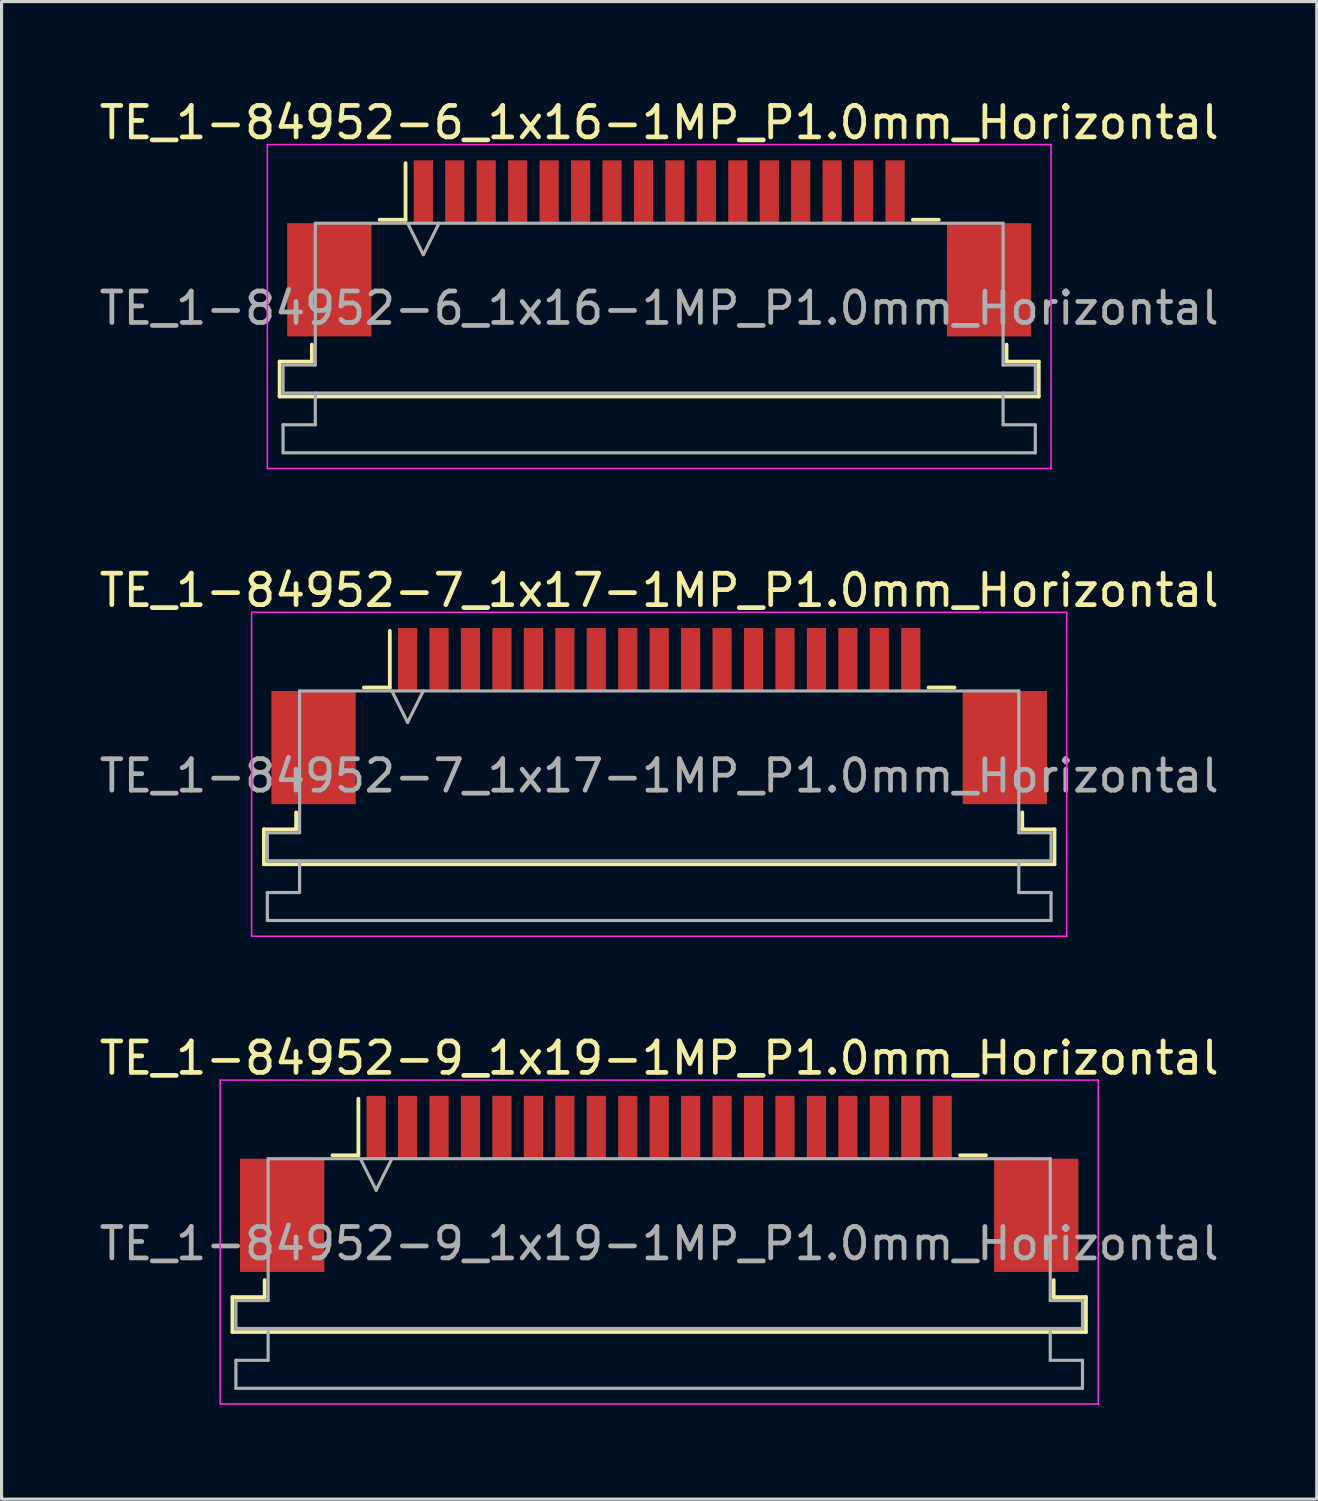
<source format=kicad_pcb>
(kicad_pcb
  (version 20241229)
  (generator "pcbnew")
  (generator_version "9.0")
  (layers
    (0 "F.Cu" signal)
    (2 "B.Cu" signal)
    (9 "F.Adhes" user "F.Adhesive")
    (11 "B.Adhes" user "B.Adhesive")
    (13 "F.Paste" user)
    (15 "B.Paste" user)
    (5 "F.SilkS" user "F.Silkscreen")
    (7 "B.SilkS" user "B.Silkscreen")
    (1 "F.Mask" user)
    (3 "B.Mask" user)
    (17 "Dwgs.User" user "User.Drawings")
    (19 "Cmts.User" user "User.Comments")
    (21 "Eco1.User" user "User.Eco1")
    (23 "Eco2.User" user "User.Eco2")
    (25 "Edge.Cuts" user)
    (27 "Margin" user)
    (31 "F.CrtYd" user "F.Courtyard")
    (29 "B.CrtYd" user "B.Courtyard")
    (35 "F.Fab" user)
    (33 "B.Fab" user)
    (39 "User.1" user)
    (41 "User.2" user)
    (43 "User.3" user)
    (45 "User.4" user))
  (footprint "TE_1-84952-9_1x19-1MP_P1.0mm_Horizontal"
    (layer "F.Cu")
    (at 17.911 34.595)
    (property "Reference" "TE_1-84952-9_1x19-1MP_P1.0mm_Horizontal" (at 0 -4 0) (layer "F.SilkS") (effects (font (size 1 1) (thickness 0.15))))
    (attr smd)
    (fp_line (start -13.57 3.6) (end -12.545 3.6) (stroke (width 0.12) (type solid)) (layer "F.SilkS"))
    (fp_line (start -13.57 4.71) (end -13.57 3.6) (stroke (width 0.12) (type solid)) (layer "F.SilkS"))
    (fp_line (start -12.545 3.6) (end -12.545 3.06) (stroke (width 0.12) (type solid)) (layer "F.SilkS"))
    (fp_line (start -10.39 -0.91) (end -9.565 -0.91) (stroke (width 0.12) (type solid)) (layer "F.SilkS"))
    (fp_line (start -9.565 -0.91) (end -9.565 -2.71) (stroke (width 0.12) (type solid)) (layer "F.SilkS"))
    (fp_line (start 9.565 -0.91) (end 10.39 -0.91) (stroke (width 0.12) (type solid)) (layer "F.SilkS"))
    (fp_line (start 12.545 3.06) (end 12.545 3.6) (stroke (width 0.12) (type solid)) (layer "F.SilkS"))
    (fp_line (start 12.545 3.6) (end 13.57 3.6) (stroke (width 0.12) (type solid)) (layer "F.SilkS"))
    (fp_line (start 13.57 3.6) (end 13.57 4.71) (stroke (width 0.12) (type solid)) (layer "F.SilkS"))
    (fp_line (start 13.57 4.71) (end -13.57 4.71) (stroke (width 0.12) (type solid)) (layer "F.SilkS"))
    (fp_line (start -13.96 -3.3) (end -13.96 7) (stroke (width 0.05) (type solid)) (layer "F.CrtYd"))
    (fp_line (start -13.96 7) (end 13.96 7) (stroke (width 0.05) (type solid)) (layer "F.CrtYd"))
    (fp_line (start 13.96 -3.3) (end -13.96 -3.3) (stroke (width 0.05) (type solid)) (layer "F.CrtYd"))
    (fp_line (start 13.96 7) (end 13.96 -3.3) (stroke (width 0.05) (type solid)) (layer "F.CrtYd"))
    (fp_line (start -13.46 3.71) (end -12.435 3.71) (stroke (width 0.1) (type solid)) (layer "F.Fab"))
    (fp_line (start -13.46 4.6) (end -13.46 3.71) (stroke (width 0.1) (type solid)) (layer "F.Fab"))
    (fp_line (start -13.46 5.61) (end -12.435 5.61) (stroke (width 0.1) (type solid)) (layer "F.Fab"))
    (fp_line (start -13.46 6.5) (end -13.46 5.61) (stroke (width 0.1) (type solid)) (layer "F.Fab"))
    (fp_line (start -12.435 -0.8) (end 12.435 -0.8) (stroke (width 0.1) (type solid)) (layer "F.Fab"))
    (fp_line (start -12.435 3.71) (end -12.435 -0.8) (stroke (width 0.1) (type solid)) (layer "F.Fab"))
    (fp_line (start -12.435 5.61) (end -12.435 4.6) (stroke (width 0.1) (type solid)) (layer "F.Fab"))
    (fp_line (start -9.5 -0.8) (end -9 0.2) (stroke (width 0.1) (type solid)) (layer "F.Fab"))
    (fp_line (start -9 0.2) (end -8.5 -0.8) (stroke (width 0.1) (type solid)) (layer "F.Fab"))
    (fp_line (start 12.435 -0.8) (end 12.435 3.71) (stroke (width 0.1) (type solid)) (layer "F.Fab"))
    (fp_line (start 12.435 3.71) (end 13.46 3.71) (stroke (width 0.1) (type solid)) (layer "F.Fab"))
    (fp_line (start 12.435 4.6) (end 12.435 5.61) (stroke (width 0.1) (type solid)) (layer "F.Fab"))
    (fp_line (start 12.435 5.61) (end 13.46 5.61) (stroke (width 0.1) (type solid)) (layer "F.Fab"))
    (fp_line (start 13.46 3.71) (end 13.46 4.6) (stroke (width 0.1) (type solid)) (layer "F.Fab"))
    (fp_line (start 13.46 4.6) (end -13.46 4.6) (stroke (width 0.1) (type solid)) (layer "F.Fab"))
    (fp_line (start 13.46 5.61) (end 13.46 6.5) (stroke (width 0.1) (type solid)) (layer "F.Fab"))
    (fp_line (start 13.46 6.5) (end -13.46 6.5) (stroke (width 0.1) (type solid)) (layer "F.Fab"))
    (fp_text user "${REFERENCE}" (at 0 1.9 0) (layer "F.Fab") (effects (font (size 1 1) (thickness 0.15))))
    (pad "1" smd rect (at -9 -1.8) (size 0.61 2) (layers "F.Cu" "F.Mask" "F.Paste"))
    (pad "2" smd rect (at -8 -1.8) (size 0.61 2) (layers "F.Cu" "F.Mask" "F.Paste"))
    (pad "3" smd rect (at -7 -1.8) (size 0.61 2) (layers "F.Cu" "F.Mask" "F.Paste"))
    (pad "4" smd rect (at -6 -1.8) (size 0.61 2) (layers "F.Cu" "F.Mask" "F.Paste"))
    (pad "5" smd rect (at -5 -1.8) (size 0.61 2) (layers "F.Cu" "F.Mask" "F.Paste"))
    (pad "6" smd rect (at -4 -1.8) (size 0.61 2) (layers "F.Cu" "F.Mask" "F.Paste"))
    (pad "7" smd rect (at -3 -1.8) (size 0.61 2) (layers "F.Cu" "F.Mask" "F.Paste"))
    (pad "8" smd rect (at -2 -1.8) (size 0.61 2) (layers "F.Cu" "F.Mask" "F.Paste"))
    (pad "9" smd rect (at -1 -1.8) (size 0.61 2) (layers "F.Cu" "F.Mask" "F.Paste"))
    (pad "10" smd rect (at 0 -1.8) (size 0.61 2) (layers "F.Cu" "F.Mask" "F.Paste"))
    (pad "11" smd rect (at 1 -1.8) (size 0.61 2) (layers "F.Cu" "F.Mask" "F.Paste"))
    (pad "12" smd rect (at 2 -1.8) (size 0.61 2) (layers "F.Cu" "F.Mask" "F.Paste"))
    (pad "13" smd rect (at 3 -1.8) (size 0.61 2) (layers "F.Cu" "F.Mask" "F.Paste"))
    (pad "14" smd rect (at 4 -1.8) (size 0.61 2) (layers "F.Cu" "F.Mask" "F.Paste"))
    (pad "15" smd rect (at 5 -1.8) (size 0.61 2) (layers "F.Cu" "F.Mask" "F.Paste"))
    (pad "16" smd rect (at 6 -1.8) (size 0.61 2) (layers "F.Cu" "F.Mask" "F.Paste"))
    (pad "17" smd rect (at 7 -1.8) (size 0.61 2) (layers "F.Cu" "F.Mask" "F.Paste"))
    (pad "18" smd rect (at 8 -1.8) (size 0.61 2) (layers "F.Cu" "F.Mask" "F.Paste"))
    (pad "19" smd rect (at 9 -1.8) (size 0.61 2) (layers "F.Cu" "F.Mask" "F.Paste"))
    (pad "MP" smd rect (at -11.99 1) (size 2.68 3.6) (layers "F.Cu" "F.Mask" "F.Paste"))
    (pad "MP" smd rect (at 11.99 1) (size 2.68 3.6) (layers "F.Cu" "F.Mask" "F.Paste")))
  (footprint "TE_1-84952-7_1x17-1MP_P1.0mm_Horizontal"
    (layer "F.Cu")
    (at 17.911 19.721)
    (property "Reference" "TE_1-84952-7_1x17-1MP_P1.0mm_Horizontal" (at 0 -4 0) (layer "F.SilkS") (effects (font (size 1 1) (thickness 0.15))))
    (attr smd)
    (fp_line (start -12.57 3.6) (end -11.545 3.6) (stroke (width 0.12) (type solid)) (layer "F.SilkS"))
    (fp_line (start -12.57 4.71) (end -12.57 3.6) (stroke (width 0.12) (type solid)) (layer "F.SilkS"))
    (fp_line (start -11.545 3.6) (end -11.545 3.06) (stroke (width 0.12) (type solid)) (layer "F.SilkS"))
    (fp_line (start -9.39 -0.91) (end -8.565 -0.91) (stroke (width 0.12) (type solid)) (layer "F.SilkS"))
    (fp_line (start -8.565 -0.91) (end -8.565 -2.71) (stroke (width 0.12) (type solid)) (layer "F.SilkS"))
    (fp_line (start 8.565 -0.91) (end 9.39 -0.91) (stroke (width 0.12) (type solid)) (layer "F.SilkS"))
    (fp_line (start 11.545 3.06) (end 11.545 3.6) (stroke (width 0.12) (type solid)) (layer "F.SilkS"))
    (fp_line (start 11.545 3.6) (end 12.57 3.6) (stroke (width 0.12) (type solid)) (layer "F.SilkS"))
    (fp_line (start 12.57 3.6) (end 12.57 4.71) (stroke (width 0.12) (type solid)) (layer "F.SilkS"))
    (fp_line (start 12.57 4.71) (end -12.57 4.71) (stroke (width 0.12) (type solid)) (layer "F.SilkS"))
    (fp_line (start -12.96 -3.3) (end -12.96 7) (stroke (width 0.05) (type solid)) (layer "F.CrtYd"))
    (fp_line (start -12.96 7) (end 12.96 7) (stroke (width 0.05) (type solid)) (layer "F.CrtYd"))
    (fp_line (start 12.96 -3.3) (end -12.96 -3.3) (stroke (width 0.05) (type solid)) (layer "F.CrtYd"))
    (fp_line (start 12.96 7) (end 12.96 -3.3) (stroke (width 0.05) (type solid)) (layer "F.CrtYd"))
    (fp_line (start -12.46 3.71) (end -11.435 3.71) (stroke (width 0.1) (type solid)) (layer "F.Fab"))
    (fp_line (start -12.46 4.6) (end -12.46 3.71) (stroke (width 0.1) (type solid)) (layer "F.Fab"))
    (fp_line (start -12.46 5.61) (end -11.435 5.61) (stroke (width 0.1) (type solid)) (layer "F.Fab"))
    (fp_line (start -12.46 6.5) (end -12.46 5.61) (stroke (width 0.1) (type solid)) (layer "F.Fab"))
    (fp_line (start -11.435 -0.8) (end 11.435 -0.8) (stroke (width 0.1) (type solid)) (layer "F.Fab"))
    (fp_line (start -11.435 3.71) (end -11.435 -0.8) (stroke (width 0.1) (type solid)) (layer "F.Fab"))
    (fp_line (start -11.435 5.61) (end -11.435 4.6) (stroke (width 0.1) (type solid)) (layer "F.Fab"))
    (fp_line (start -8.5 -0.8) (end -8 0.2) (stroke (width 0.1) (type solid)) (layer "F.Fab"))
    (fp_line (start -8 0.2) (end -7.5 -0.8) (stroke (width 0.1) (type solid)) (layer "F.Fab"))
    (fp_line (start 11.435 -0.8) (end 11.435 3.71) (stroke (width 0.1) (type solid)) (layer "F.Fab"))
    (fp_line (start 11.435 3.71) (end 12.46 3.71) (stroke (width 0.1) (type solid)) (layer "F.Fab"))
    (fp_line (start 11.435 4.6) (end 11.435 5.61) (stroke (width 0.1) (type solid)) (layer "F.Fab"))
    (fp_line (start 11.435 5.61) (end 12.46 5.61) (stroke (width 0.1) (type solid)) (layer "F.Fab"))
    (fp_line (start 12.46 3.71) (end 12.46 4.6) (stroke (width 0.1) (type solid)) (layer "F.Fab"))
    (fp_line (start 12.46 4.6) (end -12.46 4.6) (stroke (width 0.1) (type solid)) (layer "F.Fab"))
    (fp_line (start 12.46 5.61) (end 12.46 6.5) (stroke (width 0.1) (type solid)) (layer "F.Fab"))
    (fp_line (start 12.46 6.5) (end -12.46 6.5) (stroke (width 0.1) (type solid)) (layer "F.Fab"))
    (fp_text user "${REFERENCE}" (at 0 1.9 0) (layer "F.Fab") (effects (font (size 1 1) (thickness 0.15))))
    (pad "1" smd rect (at -8 -1.8) (size 0.61 2) (layers "F.Cu" "F.Mask" "F.Paste"))
    (pad "2" smd rect (at -7 -1.8) (size 0.61 2) (layers "F.Cu" "F.Mask" "F.Paste"))
    (pad "3" smd rect (at -6 -1.8) (size 0.61 2) (layers "F.Cu" "F.Mask" "F.Paste"))
    (pad "4" smd rect (at -5 -1.8) (size 0.61 2) (layers "F.Cu" "F.Mask" "F.Paste"))
    (pad "5" smd rect (at -4 -1.8) (size 0.61 2) (layers "F.Cu" "F.Mask" "F.Paste"))
    (pad "6" smd rect (at -3 -1.8) (size 0.61 2) (layers "F.Cu" "F.Mask" "F.Paste"))
    (pad "7" smd rect (at -2 -1.8) (size 0.61 2) (layers "F.Cu" "F.Mask" "F.Paste"))
    (pad "8" smd rect (at -1 -1.8) (size 0.61 2) (layers "F.Cu" "F.Mask" "F.Paste"))
    (pad "9" smd rect (at 0 -1.8) (size 0.61 2) (layers "F.Cu" "F.Mask" "F.Paste"))
    (pad "10" smd rect (at 1 -1.8) (size 0.61 2) (layers "F.Cu" "F.Mask" "F.Paste"))
    (pad "11" smd rect (at 2 -1.8) (size 0.61 2) (layers "F.Cu" "F.Mask" "F.Paste"))
    (pad "12" smd rect (at 3 -1.8) (size 0.61 2) (layers "F.Cu" "F.Mask" "F.Paste"))
    (pad "13" smd rect (at 4 -1.8) (size 0.61 2) (layers "F.Cu" "F.Mask" "F.Paste"))
    (pad "14" smd rect (at 5 -1.8) (size 0.61 2) (layers "F.Cu" "F.Mask" "F.Paste"))
    (pad "15" smd rect (at 6 -1.8) (size 0.61 2) (layers "F.Cu" "F.Mask" "F.Paste"))
    (pad "16" smd rect (at 7 -1.8) (size 0.61 2) (layers "F.Cu" "F.Mask" "F.Paste"))
    (pad "17" smd rect (at 8 -1.8) (size 0.61 2) (layers "F.Cu" "F.Mask" "F.Paste"))
    (pad "MP" smd rect (at -10.99 1) (size 2.68 3.6) (layers "F.Cu" "F.Mask" "F.Paste"))
    (pad "MP" smd rect (at 10.99 1) (size 2.68 3.6) (layers "F.Cu" "F.Mask" "F.Paste")))
  (footprint "TE_1-84952-6_1x16-1MP_P1.0mm_Horizontal"
    (layer "F.Cu")
    (at 17.911 4.848)
    (property "Reference" "TE_1-84952-6_1x16-1MP_P1.0mm_Horizontal" (at 0 -4 0) (layer "F.SilkS") (effects (font (size 1 1) (thickness 0.15))))
    (attr smd)
    (fp_line (start -12.07 3.6) (end -11.045 3.6) (stroke (width 0.12) (type solid)) (layer "F.SilkS"))
    (fp_line (start -12.07 4.71) (end -12.07 3.6) (stroke (width 0.12) (type solid)) (layer "F.SilkS"))
    (fp_line (start -11.045 3.6) (end -11.045 3.06) (stroke (width 0.12) (type solid)) (layer "F.SilkS"))
    (fp_line (start -8.89 -0.91) (end -8.065 -0.91) (stroke (width 0.12) (type solid)) (layer "F.SilkS"))
    (fp_line (start -8.065 -0.91) (end -8.065 -2.71) (stroke (width 0.12) (type solid)) (layer "F.SilkS"))
    (fp_line (start 8.065 -0.91) (end 8.89 -0.91) (stroke (width 0.12) (type solid)) (layer "F.SilkS"))
    (fp_line (start 11.045 3.06) (end 11.045 3.6) (stroke (width 0.12) (type solid)) (layer "F.SilkS"))
    (fp_line (start 11.045 3.6) (end 12.07 3.6) (stroke (width 0.12) (type solid)) (layer "F.SilkS"))
    (fp_line (start 12.07 3.6) (end 12.07 4.71) (stroke (width 0.12) (type solid)) (layer "F.SilkS"))
    (fp_line (start 12.07 4.71) (end -12.07 4.71) (stroke (width 0.12) (type solid)) (layer "F.SilkS"))
    (fp_line (start -12.46 -3.3) (end -12.46 7) (stroke (width 0.05) (type solid)) (layer "F.CrtYd"))
    (fp_line (start -12.46 7) (end 12.46 7) (stroke (width 0.05) (type solid)) (layer "F.CrtYd"))
    (fp_line (start 12.46 -3.3) (end -12.46 -3.3) (stroke (width 0.05) (type solid)) (layer "F.CrtYd"))
    (fp_line (start 12.46 7) (end 12.46 -3.3) (stroke (width 0.05) (type solid)) (layer "F.CrtYd"))
    (fp_line (start -11.96 3.71) (end -10.935 3.71) (stroke (width 0.1) (type solid)) (layer "F.Fab"))
    (fp_line (start -11.96 4.6) (end -11.96 3.71) (stroke (width 0.1) (type solid)) (layer "F.Fab"))
    (fp_line (start -11.96 5.61) (end -10.935 5.61) (stroke (width 0.1) (type solid)) (layer "F.Fab"))
    (fp_line (start -11.96 6.5) (end -11.96 5.61) (stroke (width 0.1) (type solid)) (layer "F.Fab"))
    (fp_line (start -10.935 -0.8) (end 10.935 -0.8) (stroke (width 0.1) (type solid)) (layer "F.Fab"))
    (fp_line (start -10.935 3.71) (end -10.935 -0.8) (stroke (width 0.1) (type solid)) (layer "F.Fab"))
    (fp_line (start -10.935 5.61) (end -10.935 4.6) (stroke (width 0.1) (type solid)) (layer "F.Fab"))
    (fp_line (start -8 -0.8) (end -7.5 0.2) (stroke (width 0.1) (type solid)) (layer "F.Fab"))
    (fp_line (start -7.5 0.2) (end -7 -0.8) (stroke (width 0.1) (type solid)) (layer "F.Fab"))
    (fp_line (start 10.935 -0.8) (end 10.935 3.71) (stroke (width 0.1) (type solid)) (layer "F.Fab"))
    (fp_line (start 10.935 3.71) (end 11.96 3.71) (stroke (width 0.1) (type solid)) (layer "F.Fab"))
    (fp_line (start 10.935 4.6) (end 10.935 5.61) (stroke (width 0.1) (type solid)) (layer "F.Fab"))
    (fp_line (start 10.935 5.61) (end 11.96 5.61) (stroke (width 0.1) (type solid)) (layer "F.Fab"))
    (fp_line (start 11.96 3.71) (end 11.96 4.6) (stroke (width 0.1) (type solid)) (layer "F.Fab"))
    (fp_line (start 11.96 4.6) (end -11.96 4.6) (stroke (width 0.1) (type solid)) (layer "F.Fab"))
    (fp_line (start 11.96 5.61) (end 11.96 6.5) (stroke (width 0.1) (type solid)) (layer "F.Fab"))
    (fp_line (start 11.96 6.5) (end -11.96 6.5) (stroke (width 0.1) (type solid)) (layer "F.Fab"))
    (fp_text user "${REFERENCE}" (at 0 1.9 0) (layer "F.Fab") (effects (font (size 1 1) (thickness 0.15))))
    (pad "1" smd rect (at -7.5 -1.8) (size 0.61 2) (layers "F.Cu" "F.Mask" "F.Paste"))
    (pad "2" smd rect (at -6.5 -1.8) (size 0.61 2) (layers "F.Cu" "F.Mask" "F.Paste"))
    (pad "3" smd rect (at -5.5 -1.8) (size 0.61 2) (layers "F.Cu" "F.Mask" "F.Paste"))
    (pad "4" smd rect (at -4.5 -1.8) (size 0.61 2) (layers "F.Cu" "F.Mask" "F.Paste"))
    (pad "5" smd rect (at -3.5 -1.8) (size 0.61 2) (layers "F.Cu" "F.Mask" "F.Paste"))
    (pad "6" smd rect (at -2.5 -1.8) (size 0.61 2) (layers "F.Cu" "F.Mask" "F.Paste"))
    (pad "7" smd rect (at -1.5 -1.8) (size 0.61 2) (layers "F.Cu" "F.Mask" "F.Paste"))
    (pad "8" smd rect (at -0.5 -1.8) (size 0.61 2) (layers "F.Cu" "F.Mask" "F.Paste"))
    (pad "9" smd rect (at 0.5 -1.8) (size 0.61 2) (layers "F.Cu" "F.Mask" "F.Paste"))
    (pad "10" smd rect (at 1.5 -1.8) (size 0.61 2) (layers "F.Cu" "F.Mask" "F.Paste"))
    (pad "11" smd rect (at 2.5 -1.8) (size 0.61 2) (layers "F.Cu" "F.Mask" "F.Paste"))
    (pad "12" smd rect (at 3.5 -1.8) (size 0.61 2) (layers "F.Cu" "F.Mask" "F.Paste"))
    (pad "13" smd rect (at 4.5 -1.8) (size 0.61 2) (layers "F.Cu" "F.Mask" "F.Paste"))
    (pad "14" smd rect (at 5.5 -1.8) (size 0.61 2) (layers "F.Cu" "F.Mask" "F.Paste"))
    (pad "15" smd rect (at 6.5 -1.8) (size 0.61 2) (layers "F.Cu" "F.Mask" "F.Paste"))
    (pad "16" smd rect (at 7.5 -1.8) (size 0.61 2) (layers "F.Cu" "F.Mask" "F.Paste"))
    (pad "MP" smd rect (at -10.49 1) (size 2.68 3.6) (layers "F.Cu" "F.Mask" "F.Paste"))
    (pad "MP" smd rect (at 10.49 1) (size 2.68 3.6) (layers "F.Cu" "F.Mask" "F.Paste")))
  (gr_rect
    (start -3 -3)
    (end 38.821 44.62)
    (stroke (width 0.1) (type default))
    (fill no)
    (layer "Edge.Cuts")))
</source>
